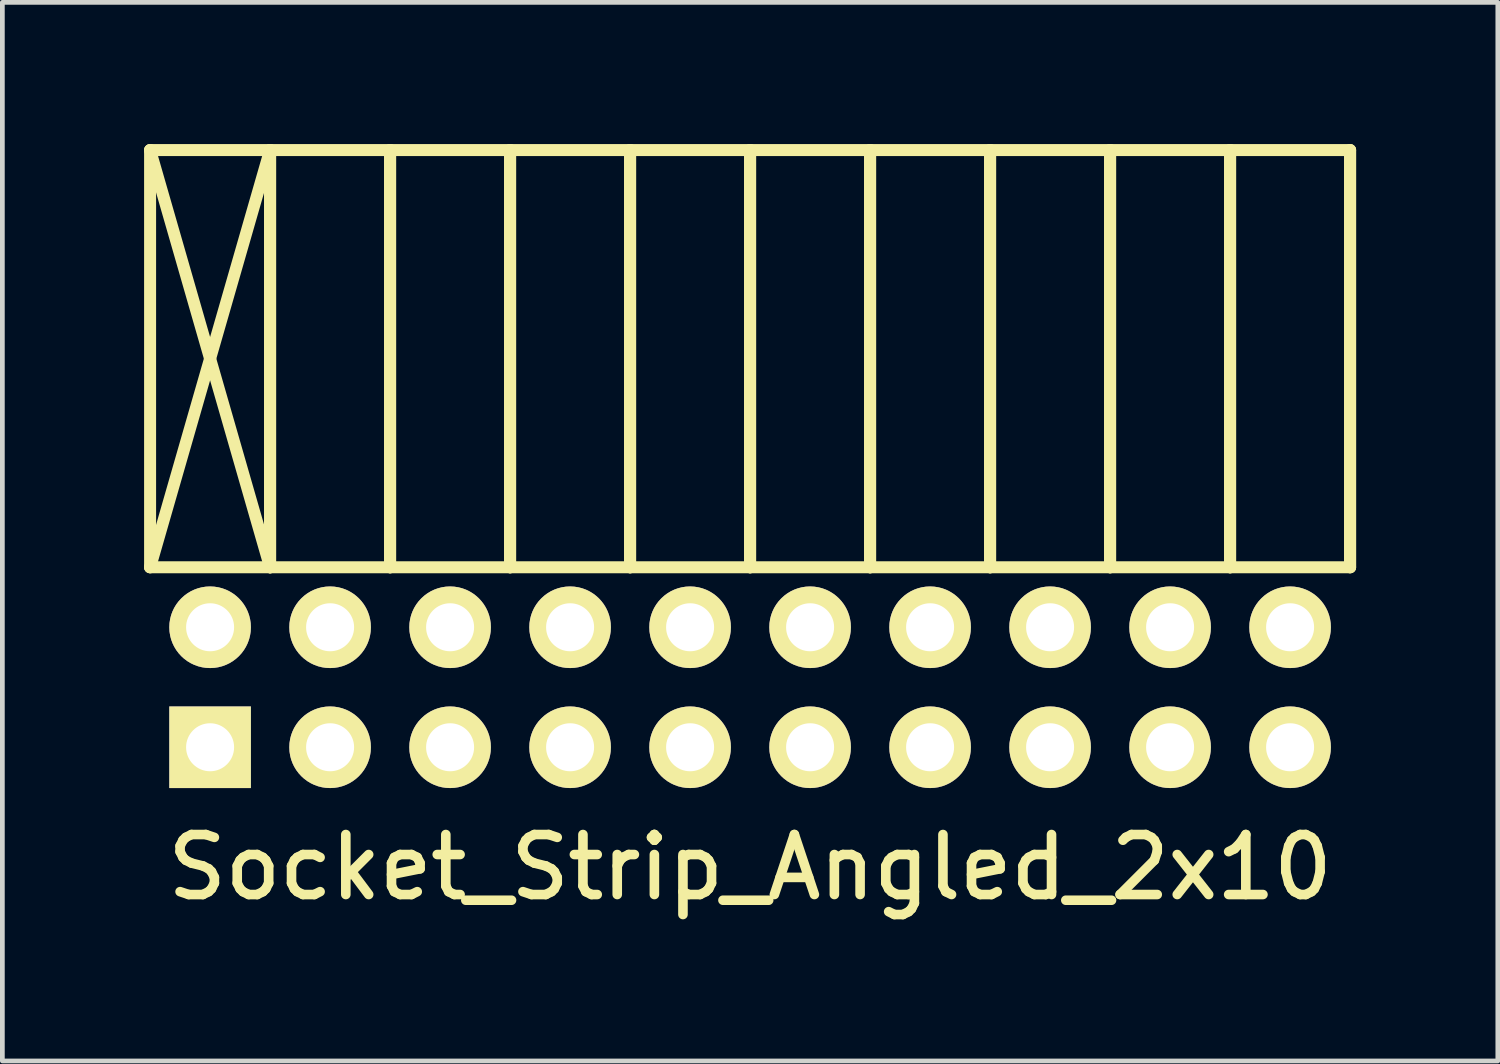
<source format=kicad_pcb>
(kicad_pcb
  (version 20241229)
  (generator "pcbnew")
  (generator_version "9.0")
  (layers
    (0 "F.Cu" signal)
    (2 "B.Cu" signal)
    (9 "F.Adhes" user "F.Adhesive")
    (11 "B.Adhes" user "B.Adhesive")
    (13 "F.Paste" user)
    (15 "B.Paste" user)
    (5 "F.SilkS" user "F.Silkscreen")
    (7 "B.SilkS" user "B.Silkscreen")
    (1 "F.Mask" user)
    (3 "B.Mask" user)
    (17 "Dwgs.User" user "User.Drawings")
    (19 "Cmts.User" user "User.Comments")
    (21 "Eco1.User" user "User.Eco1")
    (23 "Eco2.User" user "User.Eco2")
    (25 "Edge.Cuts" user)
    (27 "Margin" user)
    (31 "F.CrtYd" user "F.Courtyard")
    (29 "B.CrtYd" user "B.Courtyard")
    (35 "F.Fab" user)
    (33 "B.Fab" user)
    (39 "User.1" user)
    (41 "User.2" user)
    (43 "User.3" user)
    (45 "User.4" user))
  (footprint "Socket_Strip_Angled_2x10"
    (layer "F.Cu")
    (at 12.827 11.497)
    (property "Reference" "Socket_Strip_Angled_2x10" (at 0 3.81 0) (layer "F.SilkS") (effects (font (size 1.27 1.27) (thickness 0.203))))
    (attr through_hole)
    (fp_line (start -12.7 -11.37) (end -10.16 -11.37) (stroke (width 0.254) (type solid)) (layer "F.SilkS"))
    (fp_line (start -12.7 -11.37) (end -10.16 -2.54) (stroke (width 0.254) (type solid)) (layer "F.SilkS"))
    (fp_line (start -12.7 -2.54) (end -12.7 -11.37) (stroke (width 0.254) (type solid)) (layer "F.SilkS"))
    (fp_line (start -12.7 -2.54) (end -10.16 -11.37) (stroke (width 0.254) (type solid)) (layer "F.SilkS"))
    (fp_line (start -12.7 -2.54) (end -10.16 -2.54) (stroke (width 0.254) (type solid)) (layer "F.SilkS"))
    (fp_line (start -10.16 -11.37) (end -10.16 -2.54) (stroke (width 0.254) (type solid)) (layer "F.SilkS"))
    (fp_line (start -10.16 -11.37) (end -7.62 -11.37) (stroke (width 0.254) (type solid)) (layer "F.SilkS"))
    (fp_line (start -10.16 -2.54) (end -10.16 -11.37) (stroke (width 0.254) (type solid)) (layer "F.SilkS"))
    (fp_line (start -10.16 -2.54) (end -7.62 -2.54) (stroke (width 0.254) (type solid)) (layer "F.SilkS"))
    (fp_line (start -7.62 -11.37) (end -7.62 -2.54) (stroke (width 0.254) (type solid)) (layer "F.SilkS"))
    (fp_line (start -7.62 -11.37) (end -5.08 -11.37) (stroke (width 0.254) (type solid)) (layer "F.SilkS"))
    (fp_line (start -7.62 -2.54) (end -7.62 -11.37) (stroke (width 0.254) (type solid)) (layer "F.SilkS"))
    (fp_line (start -7.62 -2.54) (end -5.08 -2.54) (stroke (width 0.254) (type solid)) (layer "F.SilkS"))
    (fp_line (start -5.08 -11.37) (end -5.08 -2.54) (stroke (width 0.254) (type solid)) (layer "F.SilkS"))
    (fp_line (start -5.08 -11.37) (end -2.54 -11.37) (stroke (width 0.254) (type solid)) (layer "F.SilkS"))
    (fp_line (start -5.08 -2.54) (end -5.08 -11.37) (stroke (width 0.254) (type solid)) (layer "F.SilkS"))
    (fp_line (start -5.08 -2.54) (end -2.54 -2.54) (stroke (width 0.254) (type solid)) (layer "F.SilkS"))
    (fp_line (start -2.54 -11.37) (end -2.54 -2.54) (stroke (width 0.254) (type solid)) (layer "F.SilkS"))
    (fp_line (start -2.54 -11.37) (end 0 -11.37) (stroke (width 0.254) (type solid)) (layer "F.SilkS"))
    (fp_line (start -2.54 -2.54) (end -2.54 -11.37) (stroke (width 0.254) (type solid)) (layer "F.SilkS"))
    (fp_line (start -2.54 -2.54) (end 0 -2.54) (stroke (width 0.254) (type solid)) (layer "F.SilkS"))
    (fp_line (start 0 -11.37) (end 0 -2.54) (stroke (width 0.254) (type solid)) (layer "F.SilkS"))
    (fp_line (start 0 -11.37) (end 2.54 -11.37) (stroke (width 0.254) (type solid)) (layer "F.SilkS"))
    (fp_line (start 0 -2.54) (end 0 -11.37) (stroke (width 0.254) (type solid)) (layer "F.SilkS"))
    (fp_line (start 0 -2.54) (end 2.54 -2.54) (stroke (width 0.254) (type solid)) (layer "F.SilkS"))
    (fp_line (start 2.54 -11.37) (end 2.54 -2.54) (stroke (width 0.254) (type solid)) (layer "F.SilkS"))
    (fp_line (start 2.54 -11.37) (end 5.08 -11.37) (stroke (width 0.254) (type solid)) (layer "F.SilkS"))
    (fp_line (start 2.54 -2.54) (end 2.54 -11.37) (stroke (width 0.254) (type solid)) (layer "F.SilkS"))
    (fp_line (start 2.54 -2.54) (end 5.08 -2.54) (stroke (width 0.254) (type solid)) (layer "F.SilkS"))
    (fp_line (start 5.08 -11.37) (end 5.08 -2.54) (stroke (width 0.254) (type solid)) (layer "F.SilkS"))
    (fp_line (start 5.08 -11.37) (end 7.62 -11.37) (stroke (width 0.254) (type solid)) (layer "F.SilkS"))
    (fp_line (start 5.08 -2.54) (end 5.08 -11.37) (stroke (width 0.254) (type solid)) (layer "F.SilkS"))
    (fp_line (start 5.08 -2.54) (end 7.62 -2.54) (stroke (width 0.254) (type solid)) (layer "F.SilkS"))
    (fp_line (start 7.62 -11.37) (end 7.62 -2.54) (stroke (width 0.254) (type solid)) (layer "F.SilkS"))
    (fp_line (start 7.62 -11.37) (end 10.16 -11.37) (stroke (width 0.254) (type solid)) (layer "F.SilkS"))
    (fp_line (start 7.62 -2.54) (end 7.62 -11.37) (stroke (width 0.254) (type solid)) (layer "F.SilkS"))
    (fp_line (start 7.62 -2.54) (end 10.16 -2.54) (stroke (width 0.254) (type solid)) (layer "F.SilkS"))
    (fp_line (start 10.16 -11.37) (end 10.16 -2.54) (stroke (width 0.254) (type solid)) (layer "F.SilkS"))
    (fp_line (start 10.16 -11.37) (end 12.7 -11.37) (stroke (width 0.254) (type solid)) (layer "F.SilkS"))
    (fp_line (start 10.16 -2.54) (end 10.16 -11.37) (stroke (width 0.254) (type solid)) (layer "F.SilkS"))
    (fp_line (start 10.16 -2.54) (end 12.7 -2.54) (stroke (width 0.254) (type solid)) (layer "F.SilkS"))
    (fp_line (start 12.7 -11.37) (end 12.7 -2.54) (stroke (width 0.254) (type solid)) (layer "F.SilkS"))
    (fp_line (start 12.7 -2.54) (end 12.7 -11.37) (stroke (width 0.254) (type solid)) (layer "F.SilkS"))
    (pad "1" thru_hole rect (at -11.43 1.27) (size 1.727 1.727) (drill 1.016) (layers "*.Cu" "*.Mask" "F.SilkS"))
    (pad "2" thru_hole oval (at -8.89 1.27) (size 1.727 1.727) (drill 1.016) (layers "*.Cu" "*.Mask" "F.SilkS"))
    (pad "3" thru_hole oval (at -6.35 1.27) (size 1.727 1.727) (drill 1.016) (layers "*.Cu" "*.Mask" "F.SilkS"))
    (pad "4" thru_hole oval (at -3.81 1.27) (size 1.727 1.727) (drill 1.016) (layers "*.Cu" "*.Mask" "F.SilkS"))
    (pad "5" thru_hole oval (at -1.27 1.27) (size 1.727 1.727) (drill 1.016) (layers "*.Cu" "*.Mask" "F.SilkS"))
    (pad "6" thru_hole oval (at 1.27 1.27) (size 1.727 1.727) (drill 1.016) (layers "*.Cu" "*.Mask" "F.SilkS"))
    (pad "7" thru_hole oval (at 3.81 1.27) (size 1.727 1.727) (drill 1.016) (layers "*.Cu" "*.Mask" "F.SilkS"))
    (pad "8" thru_hole oval (at 6.35 1.27) (size 1.727 1.727) (drill 1.016) (layers "*.Cu" "*.Mask" "F.SilkS"))
    (pad "9" thru_hole oval (at 8.89 1.27) (size 1.727 1.727) (drill 1.016) (layers "*.Cu" "*.Mask" "F.SilkS"))
    (pad "10" thru_hole oval (at 11.43 1.27) (size 1.727 1.727) (drill 1.016) (layers "*.Cu" "*.Mask" "F.SilkS"))
    (pad "11" thru_hole oval (at 11.43 -1.27) (size 1.727 1.727) (drill 1.016) (layers "*.Cu" "*.Mask" "F.SilkS"))
    (pad "12" thru_hole oval (at 8.89 -1.27) (size 1.727 1.727) (drill 1.016) (layers "*.Cu" "*.Mask" "F.SilkS"))
    (pad "13" thru_hole oval (at 6.35 -1.27) (size 1.727 1.727) (drill 1.016) (layers "*.Cu" "*.Mask" "F.SilkS"))
    (pad "14" thru_hole oval (at 3.81 -1.27) (size 1.727 1.727) (drill 1.016) (layers "*.Cu" "*.Mask" "F.SilkS"))
    (pad "15" thru_hole oval (at 1.27 -1.27) (size 1.727 1.727) (drill 1.016) (layers "*.Cu" "*.Mask" "F.SilkS"))
    (pad "16" thru_hole oval (at -1.27 -1.27) (size 1.727 1.727) (drill 1.016) (layers "*.Cu" "*.Mask" "F.SilkS"))
    (pad "17" thru_hole oval (at -3.81 -1.27) (size 1.727 1.727) (drill 1.016) (layers "*.Cu" "*.Mask" "F.SilkS"))
    (pad "18" thru_hole oval (at -6.35 -1.27) (size 1.727 1.727) (drill 1.016) (layers "*.Cu" "*.Mask" "F.SilkS"))
    (pad "19" thru_hole oval (at -8.89 -1.27) (size 1.727 1.727) (drill 1.016) (layers "*.Cu" "*.Mask" "F.SilkS"))
    (pad "20" thru_hole oval (at -11.43 -1.27) (size 1.727 1.727) (drill 1.016) (layers "*.Cu" "*.Mask" "F.SilkS")))
  (gr_rect
    (start -3 -3)
    (end 28.654 19.407)
    (stroke (width 0.1) (type default))
    (fill no)
    (layer "Edge.Cuts")))
</source>
